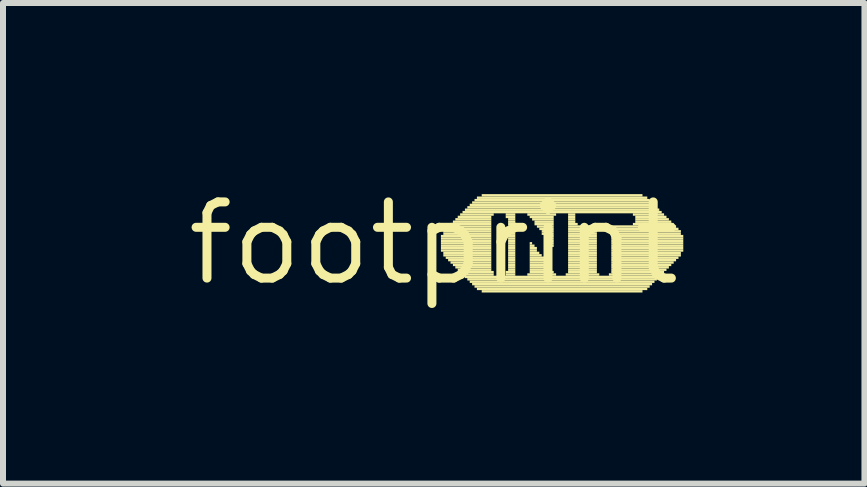
<source format=kicad_pcb>
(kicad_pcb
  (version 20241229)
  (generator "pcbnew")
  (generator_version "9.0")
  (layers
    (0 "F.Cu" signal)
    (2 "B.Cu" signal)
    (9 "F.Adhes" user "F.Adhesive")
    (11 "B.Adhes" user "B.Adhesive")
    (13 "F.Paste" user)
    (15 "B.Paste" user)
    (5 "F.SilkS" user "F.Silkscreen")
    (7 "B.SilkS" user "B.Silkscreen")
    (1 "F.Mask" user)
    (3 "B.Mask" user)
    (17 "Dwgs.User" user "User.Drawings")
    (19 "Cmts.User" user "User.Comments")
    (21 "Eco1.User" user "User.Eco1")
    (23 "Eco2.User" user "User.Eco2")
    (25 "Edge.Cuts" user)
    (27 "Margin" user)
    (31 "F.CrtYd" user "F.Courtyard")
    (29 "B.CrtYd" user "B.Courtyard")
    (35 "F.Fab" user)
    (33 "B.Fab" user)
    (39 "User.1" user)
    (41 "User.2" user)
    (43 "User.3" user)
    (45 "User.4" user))
  (footprint "footprint"
    (layer "F.Cu")
    (at 4.18 1.006)
    (property "Reference" "footprint" (at 0 0 0) (layer "F.SilkS") (effects (font (size 1.27 1.27) (thickness 0.15))))
    (fp_poly (pts (xy 0.12 -0.1) (xy 0.96 -0.1) (xy 0.96 -0.14) (xy 0.12 -0.14)) (stroke (width 0) (type solid)) (fill yes) (layer "F.SilkS"))
    (fp_poly (pts (xy 0.12 -0.06) (xy 0.96 -0.06) (xy 0.96 -0.1) (xy 0.12 -0.1)) (stroke (width 0) (type solid)) (fill yes) (layer "F.SilkS"))
    (fp_poly (pts (xy 0.12 -0.02) (xy 0.96 -0.02) (xy 0.96 -0.06) (xy 0.12 -0.06)) (stroke (width 0) (type solid)) (fill yes) (layer "F.SilkS"))
    (fp_poly (pts (xy 0.12 0.02) (xy 0.96 0.02) (xy 0.96 -0.02) (xy 0.12 -0.02)) (stroke (width 0) (type solid)) (fill yes) (layer "F.SilkS"))
    (fp_poly (pts (xy 0.12 0.06) (xy 0.96 0.06) (xy 0.96 0.02) (xy 0.12 0.02)) (stroke (width 0) (type solid)) (fill yes) (layer "F.SilkS"))
    (fp_poly (pts (xy 0.12 0.1) (xy 0.96 0.1) (xy 0.96 0.06) (xy 0.12 0.06)) (stroke (width 0) (type solid)) (fill yes) (layer "F.SilkS"))
    (fp_poly (pts (xy 0.12 0.14) (xy 0.96 0.14) (xy 0.96 0.1) (xy 0.12 0.1)) (stroke (width 0) (type solid)) (fill yes) (layer "F.SilkS"))
    (fp_poly (pts (xy 0.16 -0.18) (xy 0.96 -0.18) (xy 0.96 -0.22) (xy 0.16 -0.22)) (stroke (width 0) (type solid)) (fill yes) (layer "F.SilkS"))
    (fp_poly (pts (xy 0.16 -0.14) (xy 0.96 -0.14) (xy 0.96 -0.18) (xy 0.16 -0.18)) (stroke (width 0) (type solid)) (fill yes) (layer "F.SilkS"))
    (fp_poly (pts (xy 0.16 0.18) (xy 0.96 0.18) (xy 0.96 0.14) (xy 0.16 0.14)) (stroke (width 0) (type solid)) (fill yes) (layer "F.SilkS"))
    (fp_poly (pts (xy 0.16 0.22) (xy 0.96 0.22) (xy 0.96 0.18) (xy 0.16 0.18)) (stroke (width 0) (type solid)) (fill yes) (layer "F.SilkS"))
    (fp_poly (pts (xy 0.2 -0.22) (xy 0.96 -0.22) (xy 0.96 -0.26) (xy 0.2 -0.26)) (stroke (width 0) (type solid)) (fill yes) (layer "F.SilkS"))
    (fp_poly (pts (xy 0.2 0.26) (xy 0.96 0.26) (xy 0.96 0.22) (xy 0.2 0.22)) (stroke (width 0) (type solid)) (fill yes) (layer "F.SilkS"))
    (fp_poly (pts (xy 0.24 -0.26) (xy 0.96 -0.26) (xy 0.96 -0.3) (xy 0.24 -0.3)) (stroke (width 0) (type solid)) (fill yes) (layer "F.SilkS"))
    (fp_poly (pts (xy 0.24 0.3) (xy 0.96 0.3) (xy 0.96 0.26) (xy 0.24 0.26)) (stroke (width 0) (type solid)) (fill yes) (layer "F.SilkS"))
    (fp_poly (pts (xy 0.28 -0.3) (xy 0.96 -0.3) (xy 0.96 -0.34) (xy 0.28 -0.34)) (stroke (width 0) (type solid)) (fill yes) (layer "F.SilkS"))
    (fp_poly (pts (xy 0.28 0.34) (xy 0.96 0.34) (xy 0.96 0.3) (xy 0.28 0.3)) (stroke (width 0) (type solid)) (fill yes) (layer "F.SilkS"))
    (fp_poly (pts (xy 0.32 -0.34) (xy 0.96 -0.34) (xy 0.96 -0.38) (xy 0.32 -0.38)) (stroke (width 0) (type solid)) (fill yes) (layer "F.SilkS"))
    (fp_poly (pts (xy 0.32 0.38) (xy 0.96 0.38) (xy 0.96 0.34) (xy 0.32 0.34)) (stroke (width 0) (type solid)) (fill yes) (layer "F.SilkS"))
    (fp_poly (pts (xy 0.36 -0.38) (xy 0.96 -0.38) (xy 0.96 -0.42) (xy 0.36 -0.42)) (stroke (width 0) (type solid)) (fill yes) (layer "F.SilkS"))
    (fp_poly (pts (xy 0.36 0.42) (xy 0.96 0.42) (xy 0.96 0.38) (xy 0.36 0.38)) (stroke (width 0) (type solid)) (fill yes) (layer "F.SilkS"))
    (fp_poly (pts (xy 0.4 -0.42) (xy 0.96 -0.42) (xy 0.96 -0.46) (xy 0.4 -0.46)) (stroke (width 0) (type solid)) (fill yes) (layer "F.SilkS"))
    (fp_poly (pts (xy 0.4 0.46) (xy 0.96 0.46) (xy 0.96 0.42) (xy 0.4 0.42)) (stroke (width 0) (type solid)) (fill yes) (layer "F.SilkS"))
    (fp_poly (pts (xy 0.44 -0.46) (xy 1 -0.46) (xy 1 -0.5) (xy 0.44 -0.5)) (stroke (width 0) (type solid)) (fill yes) (layer "F.SilkS"))
    (fp_poly (pts (xy 0.44 0.5) (xy 1 0.5) (xy 1 0.46) (xy 0.44 0.46)) (stroke (width 0) (type solid)) (fill yes) (layer "F.SilkS"))
    (fp_poly (pts (xy 0.48 -0.5) (xy 3.8 -0.5) (xy 3.8 -0.54) (xy 0.48 -0.54)) (stroke (width 0) (type solid)) (fill yes) (layer "F.SilkS"))
    (fp_poly (pts (xy 0.48 0.54) (xy 1 0.54) (xy 1 0.5) (xy 0.48 0.5)) (stroke (width 0) (type solid)) (fill yes) (layer "F.SilkS"))
    (fp_poly (pts (xy 0.52 -0.54) (xy 3.76 -0.54) (xy 3.76 -0.58) (xy 0.52 -0.58)) (stroke (width 0) (type solid)) (fill yes) (layer "F.SilkS"))
    (fp_poly (pts (xy 0.52 0.58) (xy 3.76 0.58) (xy 3.76 0.54) (xy 0.52 0.54)) (stroke (width 0) (type solid)) (fill yes) (layer "F.SilkS"))
    (fp_poly (pts (xy 0.56 -0.58) (xy 3.72 -0.58) (xy 3.72 -0.62) (xy 0.56 -0.62)) (stroke (width 0) (type solid)) (fill yes) (layer "F.SilkS"))
    (fp_poly (pts (xy 0.56 0.62) (xy 3.72 0.62) (xy 3.72 0.58) (xy 0.56 0.58)) (stroke (width 0) (type solid)) (fill yes) (layer "F.SilkS"))
    (fp_poly (pts (xy 0.6 -0.62) (xy 3.68 -0.62) (xy 3.68 -0.66) (xy 0.6 -0.66)) (stroke (width 0) (type solid)) (fill yes) (layer "F.SilkS"))
    (fp_poly (pts (xy 0.6 0.66) (xy 3.68 0.66) (xy 3.68 0.62) (xy 0.6 0.62)) (stroke (width 0) (type solid)) (fill yes) (layer "F.SilkS"))
    (fp_poly (pts (xy 0.64 -0.66) (xy 3.64 -0.66) (xy 3.64 -0.7) (xy 0.64 -0.7)) (stroke (width 0) (type solid)) (fill yes) (layer "F.SilkS"))
    (fp_poly (pts (xy 0.64 0.7) (xy 3.64 0.7) (xy 3.64 0.66) (xy 0.64 0.66)) (stroke (width 0) (type solid)) (fill yes) (layer "F.SilkS"))
    (fp_poly (pts (xy 0.68 -0.7) (xy 3.6 -0.7) (xy 3.6 -0.74) (xy 0.68 -0.74)) (stroke (width 0) (type solid)) (fill yes) (layer "F.SilkS"))
    (fp_poly (pts (xy 0.68 0.74) (xy 3.6 0.74) (xy 3.6 0.7) (xy 0.68 0.7)) (stroke (width 0) (type solid)) (fill yes) (layer "F.SilkS"))
    (fp_poly (pts (xy 0.72 -0.74) (xy 3.56 -0.74) (xy 3.56 -0.78) (xy 0.72 -0.78)) (stroke (width 0) (type solid)) (fill yes) (layer "F.SilkS"))
    (fp_poly (pts (xy 0.72 0.78) (xy 3.56 0.78) (xy 3.56 0.74) (xy 0.72 0.74)) (stroke (width 0) (type solid)) (fill yes) (layer "F.SilkS"))
    (fp_poly (pts (xy 0.8 -0.78) (xy 3.48 -0.78) (xy 3.48 -0.82) (xy 0.8 -0.82)) (stroke (width 0) (type solid)) (fill yes) (layer "F.SilkS"))
    (fp_poly (pts (xy 0.8 0.82) (xy 3.48 0.82) (xy 3.48 0.78) (xy 0.8 0.78)) (stroke (width 0) (type solid)) (fill yes) (layer "F.SilkS"))
    (fp_poly (pts (xy 1.2 -0.46) (xy 1.36 -0.46) (xy 1.36 -0.5) (xy 1.2 -0.5)) (stroke (width 0) (type solid)) (fill yes) (layer "F.SilkS"))
    (fp_poly (pts (xy 1.2 -0.42) (xy 1.36 -0.42) (xy 1.36 -0.46) (xy 1.2 -0.46)) (stroke (width 0) (type solid)) (fill yes) (layer "F.SilkS"))
    (fp_poly (pts (xy 1.2 0.5) (xy 1.36 0.5) (xy 1.36 0.46) (xy 1.2 0.46)) (stroke (width 0) (type solid)) (fill yes) (layer "F.SilkS"))
    (fp_poly (pts (xy 1.2 0.54) (xy 1.36 0.54) (xy 1.36 0.5) (xy 1.2 0.5)) (stroke (width 0) (type solid)) (fill yes) (layer "F.SilkS"))
    (fp_poly (pts (xy 1.24 -0.38) (xy 1.36 -0.38) (xy 1.36 -0.42) (xy 1.24 -0.42)) (stroke (width 0) (type solid)) (fill yes) (layer "F.SilkS"))
    (fp_poly (pts (xy 1.24 -0.34) (xy 1.36 -0.34) (xy 1.36 -0.38) (xy 1.24 -0.38)) (stroke (width 0) (type solid)) (fill yes) (layer "F.SilkS"))
    (fp_poly (pts (xy 1.24 -0.3) (xy 1.36 -0.3) (xy 1.36 -0.34) (xy 1.24 -0.34)) (stroke (width 0) (type solid)) (fill yes) (layer "F.SilkS"))
    (fp_poly (pts (xy 1.24 -0.26) (xy 1.36 -0.26) (xy 1.36 -0.3) (xy 1.24 -0.3)) (stroke (width 0) (type solid)) (fill yes) (layer "F.SilkS"))
    (fp_poly (pts (xy 1.24 -0.22) (xy 1.36 -0.22) (xy 1.36 -0.26) (xy 1.24 -0.26)) (stroke (width 0) (type solid)) (fill yes) (layer "F.SilkS"))
    (fp_poly (pts (xy 1.24 -0.18) (xy 1.36 -0.18) (xy 1.36 -0.22) (xy 1.24 -0.22)) (stroke (width 0) (type solid)) (fill yes) (layer "F.SilkS"))
    (fp_poly (pts (xy 1.24 -0.14) (xy 1.36 -0.14) (xy 1.36 -0.18) (xy 1.24 -0.18)) (stroke (width 0) (type solid)) (fill yes) (layer "F.SilkS"))
    (fp_poly (pts (xy 1.24 -0.1) (xy 1.36 -0.1) (xy 1.36 -0.14) (xy 1.24 -0.14)) (stroke (width 0) (type solid)) (fill yes) (layer "F.SilkS"))
    (fp_poly (pts (xy 1.24 -0.06) (xy 1.36 -0.06) (xy 1.36 -0.1) (xy 1.24 -0.1)) (stroke (width 0) (type solid)) (fill yes) (layer "F.SilkS"))
    (fp_poly (pts (xy 1.24 -0.02) (xy 1.36 -0.02) (xy 1.36 -0.06) (xy 1.24 -0.06)) (stroke (width 0) (type solid)) (fill yes) (layer "F.SilkS"))
    (fp_poly (pts (xy 1.24 0.02) (xy 1.36 0.02) (xy 1.36 -0.02) (xy 1.24 -0.02)) (stroke (width 0) (type solid)) (fill yes) (layer "F.SilkS"))
    (fp_poly (pts (xy 1.24 0.06) (xy 1.36 0.06) (xy 1.36 0.02) (xy 1.24 0.02)) (stroke (width 0) (type solid)) (fill yes) (layer "F.SilkS"))
    (fp_poly (pts (xy 1.24 0.1) (xy 1.36 0.1) (xy 1.36 0.06) (xy 1.24 0.06)) (stroke (width 0) (type solid)) (fill yes) (layer "F.SilkS"))
    (fp_poly (pts (xy 1.24 0.14) (xy 1.36 0.14) (xy 1.36 0.1) (xy 1.24 0.1)) (stroke (width 0) (type solid)) (fill yes) (layer "F.SilkS"))
    (fp_poly (pts (xy 1.24 0.18) (xy 1.36 0.18) (xy 1.36 0.14) (xy 1.24 0.14)) (stroke (width 0) (type solid)) (fill yes) (layer "F.SilkS"))
    (fp_poly (pts (xy 1.24 0.22) (xy 1.36 0.22) (xy 1.36 0.18) (xy 1.24 0.18)) (stroke (width 0) (type solid)) (fill yes) (layer "F.SilkS"))
    (fp_poly (pts (xy 1.24 0.26) (xy 1.36 0.26) (xy 1.36 0.22) (xy 1.24 0.22)) (stroke (width 0) (type solid)) (fill yes) (layer "F.SilkS"))
    (fp_poly (pts (xy 1.24 0.3) (xy 1.36 0.3) (xy 1.36 0.26) (xy 1.24 0.26)) (stroke (width 0) (type solid)) (fill yes) (layer "F.SilkS"))
    (fp_poly (pts (xy 1.24 0.34) (xy 1.36 0.34) (xy 1.36 0.3) (xy 1.24 0.3)) (stroke (width 0) (type solid)) (fill yes) (layer "F.SilkS"))
    (fp_poly (pts (xy 1.24 0.38) (xy 1.36 0.38) (xy 1.36 0.34) (xy 1.24 0.34)) (stroke (width 0) (type solid)) (fill yes) (layer "F.SilkS"))
    (fp_poly (pts (xy 1.24 0.42) (xy 1.36 0.42) (xy 1.36 0.38) (xy 1.24 0.38)) (stroke (width 0) (type solid)) (fill yes) (layer "F.SilkS"))
    (fp_poly (pts (xy 1.24 0.46) (xy 1.36 0.46) (xy 1.36 0.42) (xy 1.24 0.42)) (stroke (width 0) (type solid)) (fill yes) (layer "F.SilkS"))
    (fp_poly (pts (xy 1.56 -0.46) (xy 2.04 -0.46) (xy 2.04 -0.5) (xy 1.56 -0.5)) (stroke (width 0) (type solid)) (fill yes) (layer "F.SilkS"))
    (fp_poly (pts (xy 1.56 0.54) (xy 2.04 0.54) (xy 2.04 0.5) (xy 1.56 0.5)) (stroke (width 0) (type solid)) (fill yes) (layer "F.SilkS"))
    (fp_poly (pts (xy 1.6 -0.42) (xy 2 -0.42) (xy 2 -0.46) (xy 1.6 -0.46)) (stroke (width 0) (type solid)) (fill yes) (layer "F.SilkS"))
    (fp_poly (pts (xy 1.6 0.02) (xy 1.64 0.02) (xy 1.64 -0.02) (xy 1.6 -0.02)) (stroke (width 0) (type solid)) (fill yes) (layer "F.SilkS"))
    (fp_poly (pts (xy 1.6 0.06) (xy 1.68 0.06) (xy 1.68 0.02) (xy 1.6 0.02)) (stroke (width 0) (type solid)) (fill yes) (layer "F.SilkS"))
    (fp_poly (pts (xy 1.6 0.1) (xy 1.72 0.1) (xy 1.72 0.06) (xy 1.6 0.06)) (stroke (width 0) (type solid)) (fill yes) (layer "F.SilkS"))
    (fp_poly (pts (xy 1.6 0.14) (xy 1.72 0.14) (xy 1.72 0.1) (xy 1.6 0.1)) (stroke (width 0) (type solid)) (fill yes) (layer "F.SilkS"))
    (fp_poly (pts (xy 1.6 0.18) (xy 1.76 0.18) (xy 1.76 0.14) (xy 1.6 0.14)) (stroke (width 0) (type solid)) (fill yes) (layer "F.SilkS"))
    (fp_poly (pts (xy 1.6 0.22) (xy 1.8 0.22) (xy 1.8 0.18) (xy 1.6 0.18)) (stroke (width 0) (type solid)) (fill yes) (layer "F.SilkS"))
    (fp_poly (pts (xy 1.6 0.26) (xy 1.84 0.26) (xy 1.84 0.22) (xy 1.6 0.22)) (stroke (width 0) (type solid)) (fill yes) (layer "F.SilkS"))
    (fp_poly (pts (xy 1.6 0.3) (xy 1.84 0.3) (xy 1.84 0.26) (xy 1.6 0.26)) (stroke (width 0) (type solid)) (fill yes) (layer "F.SilkS"))
    (fp_poly (pts (xy 1.6 0.34) (xy 1.88 0.34) (xy 1.88 0.3) (xy 1.6 0.3)) (stroke (width 0) (type solid)) (fill yes) (layer "F.SilkS"))
    (fp_poly (pts (xy 1.6 0.38) (xy 1.92 0.38) (xy 1.92 0.34) (xy 1.6 0.34)) (stroke (width 0) (type solid)) (fill yes) (layer "F.SilkS"))
    (fp_poly (pts (xy 1.6 0.42) (xy 1.96 0.42) (xy 1.96 0.38) (xy 1.6 0.38)) (stroke (width 0) (type solid)) (fill yes) (layer "F.SilkS"))
    (fp_poly (pts (xy 1.6 0.46) (xy 1.96 0.46) (xy 1.96 0.42) (xy 1.6 0.42)) (stroke (width 0) (type solid)) (fill yes) (layer "F.SilkS"))
    (fp_poly (pts (xy 1.6 0.5) (xy 2 0.5) (xy 2 0.46) (xy 1.6 0.46)) (stroke (width 0) (type solid)) (fill yes) (layer "F.SilkS"))
    (fp_poly (pts (xy 1.64 -0.38) (xy 2 -0.38) (xy 2 -0.42) (xy 1.64 -0.42)) (stroke (width 0) (type solid)) (fill yes) (layer "F.SilkS"))
    (fp_poly (pts (xy 1.68 -0.34) (xy 2 -0.34) (xy 2 -0.38) (xy 1.68 -0.38)) (stroke (width 0) (type solid)) (fill yes) (layer "F.SilkS"))
    (fp_poly (pts (xy 1.68 -0.3) (xy 2 -0.3) (xy 2 -0.34) (xy 1.68 -0.34)) (stroke (width 0) (type solid)) (fill yes) (layer "F.SilkS"))
    (fp_poly (pts (xy 1.72 -0.26) (xy 2 -0.26) (xy 2 -0.3) (xy 1.72 -0.3)) (stroke (width 0) (type solid)) (fill yes) (layer "F.SilkS"))
    (fp_poly (pts (xy 1.76 -0.22) (xy 2 -0.22) (xy 2 -0.26) (xy 1.76 -0.26)) (stroke (width 0) (type solid)) (fill yes) (layer "F.SilkS"))
    (fp_poly (pts (xy 1.8 -0.18) (xy 2 -0.18) (xy 2 -0.22) (xy 1.8 -0.22)) (stroke (width 0) (type solid)) (fill yes) (layer "F.SilkS"))
    (fp_poly (pts (xy 1.8 -0.14) (xy 2 -0.14) (xy 2 -0.18) (xy 1.8 -0.18)) (stroke (width 0) (type solid)) (fill yes) (layer "F.SilkS"))
    (fp_poly (pts (xy 1.84 -0.1) (xy 2 -0.1) (xy 2 -0.14) (xy 1.84 -0.14)) (stroke (width 0) (type solid)) (fill yes) (layer "F.SilkS"))
    (fp_poly (pts (xy 1.88 -0.06) (xy 2 -0.06) (xy 2 -0.1) (xy 1.88 -0.1)) (stroke (width 0) (type solid)) (fill yes) (layer "F.SilkS"))
    (fp_poly (pts (xy 1.92 -0.02) (xy 2 -0.02) (xy 2 -0.06) (xy 1.92 -0.06)) (stroke (width 0) (type solid)) (fill yes) (layer "F.SilkS"))
    (fp_poly (pts (xy 1.92 0.02) (xy 2 0.02) (xy 2 -0.02) (xy 1.92 -0.02)) (stroke (width 0) (type solid)) (fill yes) (layer "F.SilkS"))
    (fp_poly (pts (xy 1.96 0.06) (xy 2 0.06) (xy 2 0.02) (xy 1.96 0.02)) (stroke (width 0) (type solid)) (fill yes) (layer "F.SilkS"))
    (fp_poly (pts (xy 2.2 0.54) (xy 2.76 0.54) (xy 2.76 0.5) (xy 2.2 0.5)) (stroke (width 0) (type solid)) (fill yes) (layer "F.SilkS"))
    (fp_poly (pts (xy 2.24 -0.46) (xy 2.36 -0.46) (xy 2.36 -0.5) (xy 2.24 -0.5)) (stroke (width 0) (type solid)) (fill yes) (layer "F.SilkS"))
    (fp_poly (pts (xy 2.24 -0.42) (xy 2.36 -0.42) (xy 2.36 -0.46) (xy 2.24 -0.46)) (stroke (width 0) (type solid)) (fill yes) (layer "F.SilkS"))
    (fp_poly (pts (xy 2.24 -0.38) (xy 2.36 -0.38) (xy 2.36 -0.42) (xy 2.24 -0.42)) (stroke (width 0) (type solid)) (fill yes) (layer "F.SilkS"))
    (fp_poly (pts (xy 2.24 -0.34) (xy 2.36 -0.34) (xy 2.36 -0.38) (xy 2.24 -0.38)) (stroke (width 0) (type solid)) (fill yes) (layer "F.SilkS"))
    (fp_poly (pts (xy 2.24 -0.3) (xy 2.4 -0.3) (xy 2.4 -0.34) (xy 2.24 -0.34)) (stroke (width 0) (type solid)) (fill yes) (layer "F.SilkS"))
    (fp_poly (pts (xy 2.24 -0.26) (xy 2.72 -0.26) (xy 2.72 -0.3) (xy 2.24 -0.3)) (stroke (width 0) (type solid)) (fill yes) (layer "F.SilkS"))
    (fp_poly (pts (xy 2.24 -0.22) (xy 2.72 -0.22) (xy 2.72 -0.26) (xy 2.24 -0.26)) (stroke (width 0) (type solid)) (fill yes) (layer "F.SilkS"))
    (fp_poly (pts (xy 2.24 -0.18) (xy 2.72 -0.18) (xy 2.72 -0.22) (xy 2.24 -0.22)) (stroke (width 0) (type solid)) (fill yes) (layer "F.SilkS"))
    (fp_poly (pts (xy 2.24 -0.14) (xy 2.72 -0.14) (xy 2.72 -0.18) (xy 2.24 -0.18)) (stroke (width 0) (type solid)) (fill yes) (layer "F.SilkS"))
    (fp_poly (pts (xy 2.24 -0.1) (xy 2.72 -0.1) (xy 2.72 -0.14) (xy 2.24 -0.14)) (stroke (width 0) (type solid)) (fill yes) (layer "F.SilkS"))
    (fp_poly (pts (xy 2.24 -0.06) (xy 2.72 -0.06) (xy 2.72 -0.1) (xy 2.24 -0.1)) (stroke (width 0) (type solid)) (fill yes) (layer "F.SilkS"))
    (fp_poly (pts (xy 2.24 -0.02) (xy 2.72 -0.02) (xy 2.72 -0.06) (xy 2.24 -0.06)) (stroke (width 0) (type solid)) (fill yes) (layer "F.SilkS"))
    (fp_poly (pts (xy 2.24 0.02) (xy 2.72 0.02) (xy 2.72 -0.02) (xy 2.24 -0.02)) (stroke (width 0) (type solid)) (fill yes) (layer "F.SilkS"))
    (fp_poly (pts (xy 2.24 0.06) (xy 2.72 0.06) (xy 2.72 0.02) (xy 2.24 0.02)) (stroke (width 0) (type solid)) (fill yes) (layer "F.SilkS"))
    (fp_poly (pts (xy 2.24 0.1) (xy 2.72 0.1) (xy 2.72 0.06) (xy 2.24 0.06)) (stroke (width 0) (type solid)) (fill yes) (layer "F.SilkS"))
    (fp_poly (pts (xy 2.24 0.14) (xy 2.72 0.14) (xy 2.72 0.1) (xy 2.24 0.1)) (stroke (width 0) (type solid)) (fill yes) (layer "F.SilkS"))
    (fp_poly (pts (xy 2.24 0.18) (xy 2.72 0.18) (xy 2.72 0.14) (xy 2.24 0.14)) (stroke (width 0) (type solid)) (fill yes) (layer "F.SilkS"))
    (fp_poly (pts (xy 2.24 0.22) (xy 2.72 0.22) (xy 2.72 0.18) (xy 2.24 0.18)) (stroke (width 0) (type solid)) (fill yes) (layer "F.SilkS"))
    (fp_poly (pts (xy 2.24 0.26) (xy 2.72 0.26) (xy 2.72 0.22) (xy 2.24 0.22)) (stroke (width 0) (type solid)) (fill yes) (layer "F.SilkS"))
    (fp_poly (pts (xy 2.24 0.3) (xy 2.72 0.3) (xy 2.72 0.26) (xy 2.24 0.26)) (stroke (width 0) (type solid)) (fill yes) (layer "F.SilkS"))
    (fp_poly (pts (xy 2.24 0.34) (xy 2.72 0.34) (xy 2.72 0.3) (xy 2.24 0.3)) (stroke (width 0) (type solid)) (fill yes) (layer "F.SilkS"))
    (fp_poly (pts (xy 2.24 0.38) (xy 2.72 0.38) (xy 2.72 0.34) (xy 2.24 0.34)) (stroke (width 0) (type solid)) (fill yes) (layer "F.SilkS"))
    (fp_poly (pts (xy 2.24 0.42) (xy 2.72 0.42) (xy 2.72 0.38) (xy 2.24 0.38)) (stroke (width 0) (type solid)) (fill yes) (layer "F.SilkS"))
    (fp_poly (pts (xy 2.24 0.46) (xy 2.72 0.46) (xy 2.72 0.42) (xy 2.24 0.42)) (stroke (width 0) (type solid)) (fill yes) (layer "F.SilkS"))
    (fp_poly (pts (xy 2.24 0.5) (xy 2.72 0.5) (xy 2.72 0.46) (xy 2.24 0.46)) (stroke (width 0) (type solid)) (fill yes) (layer "F.SilkS"))
    (fp_poly (pts (xy 2.92 0.54) (xy 3.8 0.54) (xy 3.8 0.5) (xy 2.92 0.5)) (stroke (width 0) (type solid)) (fill yes) (layer "F.SilkS"))
    (fp_poly (pts (xy 2.96 -0.26) (xy 4.04 -0.26) (xy 4.04 -0.3) (xy 2.96 -0.3)) (stroke (width 0) (type solid)) (fill yes) (layer "F.SilkS"))
    (fp_poly (pts (xy 2.96 -0.22) (xy 4.08 -0.22) (xy 4.08 -0.26) (xy 2.96 -0.26)) (stroke (width 0) (type solid)) (fill yes) (layer "F.SilkS"))
    (fp_poly (pts (xy 2.96 -0.18) (xy 4.12 -0.18) (xy 4.12 -0.22) (xy 2.96 -0.22)) (stroke (width 0) (type solid)) (fill yes) (layer "F.SilkS"))
    (fp_poly (pts (xy 2.96 -0.14) (xy 4.12 -0.14) (xy 4.12 -0.18) (xy 2.96 -0.18)) (stroke (width 0) (type solid)) (fill yes) (layer "F.SilkS"))
    (fp_poly (pts (xy 2.96 -0.1) (xy 4.16 -0.1) (xy 4.16 -0.14) (xy 2.96 -0.14)) (stroke (width 0) (type solid)) (fill yes) (layer "F.SilkS"))
    (fp_poly (pts (xy 2.96 -0.06) (xy 4.16 -0.06) (xy 4.16 -0.1) (xy 2.96 -0.1)) (stroke (width 0) (type solid)) (fill yes) (layer "F.SilkS"))
    (fp_poly (pts (xy 2.96 -0.02) (xy 4.16 -0.02) (xy 4.16 -0.06) (xy 2.96 -0.06)) (stroke (width 0) (type solid)) (fill yes) (layer "F.SilkS"))
    (fp_poly (pts (xy 2.96 0.02) (xy 4.16 0.02) (xy 4.16 -0.02) (xy 2.96 -0.02)) (stroke (width 0) (type solid)) (fill yes) (layer "F.SilkS"))
    (fp_poly (pts (xy 2.96 0.06) (xy 4.16 0.06) (xy 4.16 0.02) (xy 2.96 0.02)) (stroke (width 0) (type solid)) (fill yes) (layer "F.SilkS"))
    (fp_poly (pts (xy 2.96 0.1) (xy 4.16 0.1) (xy 4.16 0.06) (xy 2.96 0.06)) (stroke (width 0) (type solid)) (fill yes) (layer "F.SilkS"))
    (fp_poly (pts (xy 2.96 0.14) (xy 4.16 0.14) (xy 4.16 0.1) (xy 2.96 0.1)) (stroke (width 0) (type solid)) (fill yes) (layer "F.SilkS"))
    (fp_poly (pts (xy 2.96 0.18) (xy 4.12 0.18) (xy 4.12 0.14) (xy 2.96 0.14)) (stroke (width 0) (type solid)) (fill yes) (layer "F.SilkS"))
    (fp_poly (pts (xy 2.96 0.22) (xy 4.12 0.22) (xy 4.12 0.18) (xy 2.96 0.18)) (stroke (width 0) (type solid)) (fill yes) (layer "F.SilkS"))
    (fp_poly (pts (xy 2.96 0.26) (xy 4.08 0.26) (xy 4.08 0.22) (xy 2.96 0.22)) (stroke (width 0) (type solid)) (fill yes) (layer "F.SilkS"))
    (fp_poly (pts (xy 2.96 0.3) (xy 4.04 0.3) (xy 4.04 0.26) (xy 2.96 0.26)) (stroke (width 0) (type solid)) (fill yes) (layer "F.SilkS"))
    (fp_poly (pts (xy 2.96 0.34) (xy 4 0.34) (xy 4 0.3) (xy 2.96 0.3)) (stroke (width 0) (type solid)) (fill yes) (layer "F.SilkS"))
    (fp_poly (pts (xy 2.96 0.38) (xy 3.96 0.38) (xy 3.96 0.34) (xy 2.96 0.34)) (stroke (width 0) (type solid)) (fill yes) (layer "F.SilkS"))
    (fp_poly (pts (xy 2.96 0.42) (xy 3.92 0.42) (xy 3.92 0.38) (xy 2.96 0.38)) (stroke (width 0) (type solid)) (fill yes) (layer "F.SilkS"))
    (fp_poly (pts (xy 2.96 0.46) (xy 3.88 0.46) (xy 3.88 0.42) (xy 2.96 0.42)) (stroke (width 0) (type solid)) (fill yes) (layer "F.SilkS"))
    (fp_poly (pts (xy 2.96 0.5) (xy 3.84 0.5) (xy 3.84 0.46) (xy 2.96 0.46)) (stroke (width 0) (type solid)) (fill yes) (layer "F.SilkS"))
    (fp_poly (pts (xy 3.32 -0.46) (xy 3.84 -0.46) (xy 3.84 -0.5) (xy 3.32 -0.5)) (stroke (width 0) (type solid)) (fill yes) (layer "F.SilkS"))
    (fp_poly (pts (xy 3.32 -0.3) (xy 4 -0.3) (xy 4 -0.34) (xy 3.32 -0.34)) (stroke (width 0) (type solid)) (fill yes) (layer "F.SilkS"))
    (fp_poly (pts (xy 3.36 -0.42) (xy 3.88 -0.42) (xy 3.88 -0.46) (xy 3.36 -0.46)) (stroke (width 0) (type solid)) (fill yes) (layer "F.SilkS"))
    (fp_poly (pts (xy 3.36 -0.38) (xy 3.92 -0.38) (xy 3.92 -0.42) (xy 3.36 -0.42)) (stroke (width 0) (type solid)) (fill yes) (layer "F.SilkS"))
    (fp_poly (pts (xy 3.36 -0.34) (xy 3.96 -0.34) (xy 3.96 -0.38) (xy 3.36 -0.38)) (stroke (width 0) (type solid)) (fill yes) (layer "F.SilkS")))
  (gr_rect
    (start -3 -3)
    (end 11.36 5.012)
    (stroke (width 0.1) (type default))
    (fill no)
    (layer "Edge.Cuts")))
</source>
